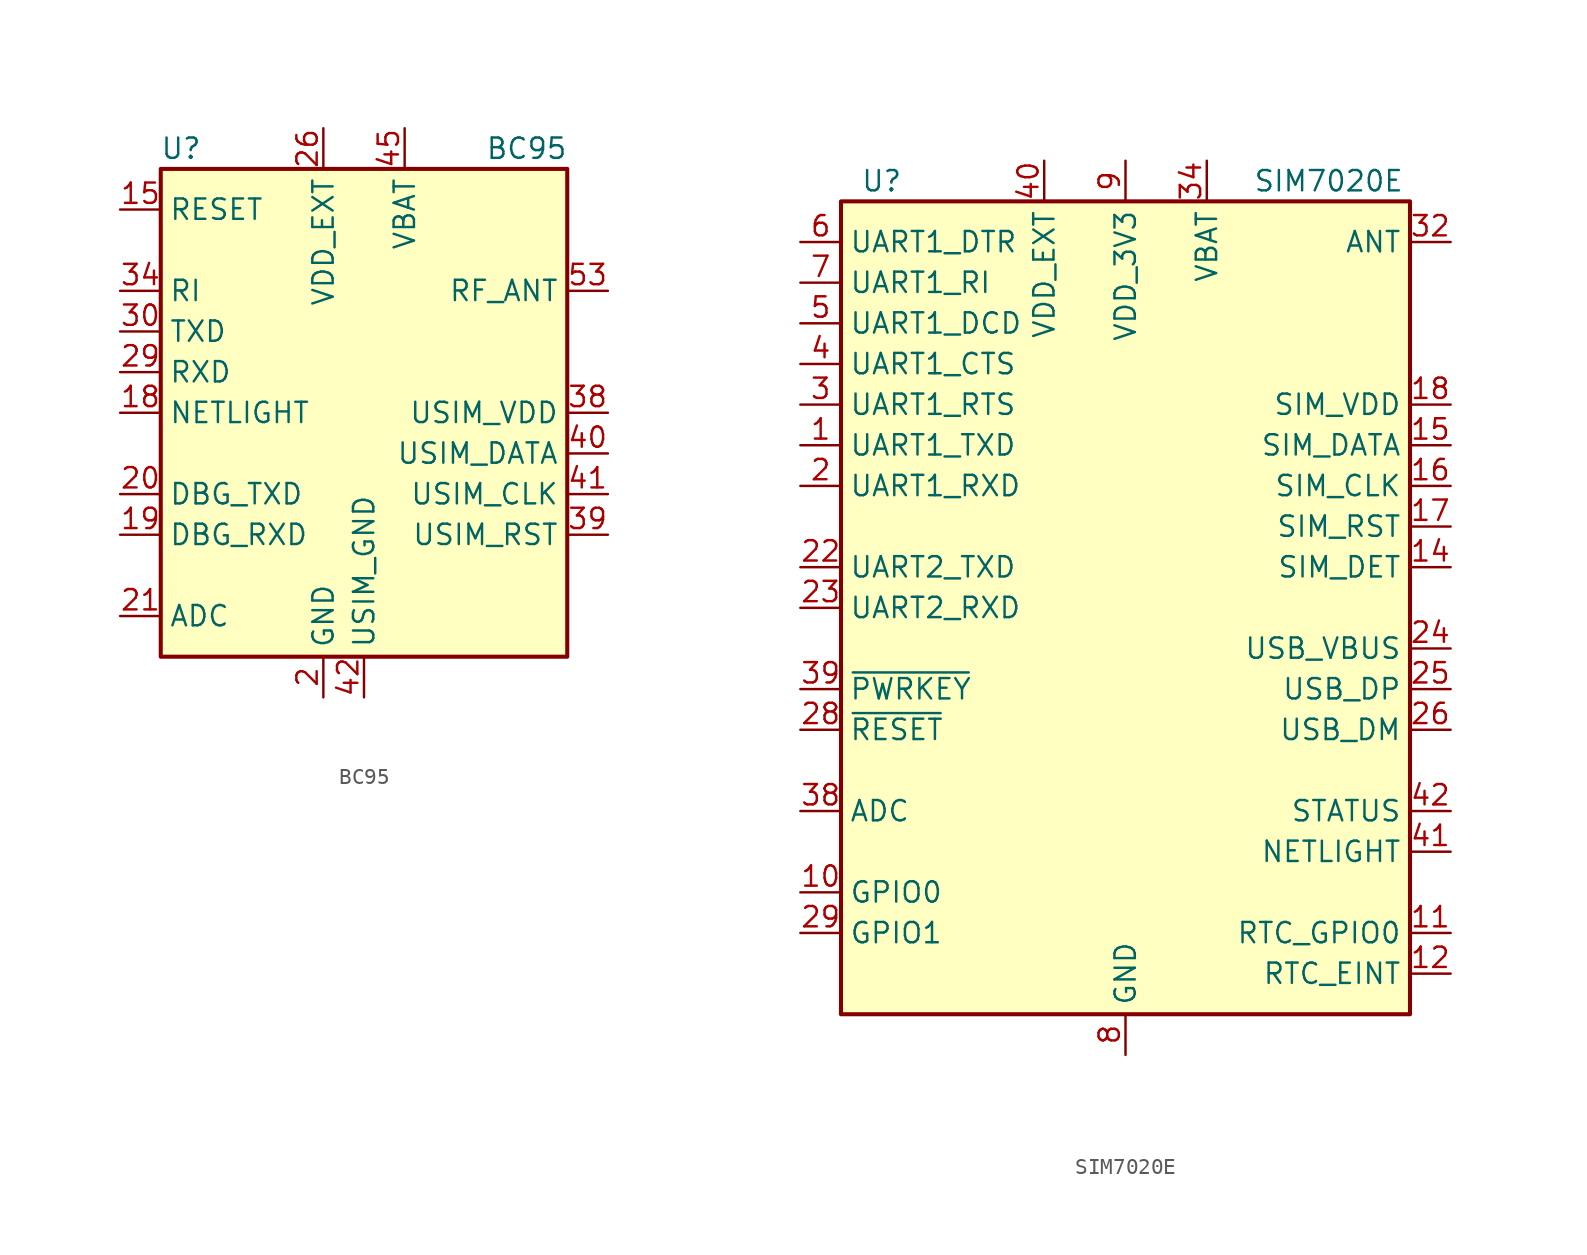
<source format=kicad_sym>
(kicad_symbol_lib
  (version 20201005)
  (generator kicad_symbol_editor)
  (symbol "BC95"
    (property "Reference" "U"
      (at -11.43 16.51 0)
      (effects (font (size 1.27 1.27))))
    (property "Value" "BC95"
      (at 10.16 16.51 0)
      (effects (font (size 1.27 1.27))))
    (symbol "BC95_0_1"
      (rectangle (start -12.7 15.24) (end 12.7 -15.24) (stroke (width 0.254)) (fill (type background))))
    (symbol "BC95_1_1"
      (pin input line (at -15.24 12.7 0) (length 2.54) (name "RESET" (effects (font (size 1.27 1.27)))) (number "15" (effects (font (size 1.27 1.27)))))
      (pin output line (at -15.24 0 0) (length 2.54) (name "NETLIGHT" (effects (font (size 1.27 1.27)))) (number "18" (effects (font (size 1.27 1.27)))))
      (pin input line (at -15.24 -7.62 0) (length 2.54) (name "DBG_RXD" (effects (font (size 1.27 1.27)))) (number "19" (effects (font (size 1.27 1.27)))))
      (pin power_in line (at -2.54 -17.78 90) (length 2.54) (name "GND" (effects (font (size 1.27 1.27)))) (number "2" (effects (font (size 1.27 1.27)))))
      (pin output line (at -15.24 -5.08 0) (length 2.54) (name "DBG_TXD" (effects (font (size 1.27 1.27)))) (number "20" (effects (font (size 1.27 1.27)))))
      (pin input line (at -15.24 -12.7 0) (length 2.54) (name "ADC" (effects (font (size 1.27 1.27)))) (number "21" (effects (font (size 1.27 1.27)))))
      (pin power_out line (at -2.54 17.78 270) (length 2.54) (name "VDD_EXT" (effects (font (size 1.27 1.27)))) (number "26" (effects (font (size 1.27 1.27)))))
      (pin input line (at -15.24 2.54 0) (length 2.54) (name "RXD" (effects (font (size 1.27 1.27)))) (number "29" (effects (font (size 1.27 1.27)))))
      (pin output line (at -15.24 5.08 0) (length 2.54) (name "TXD" (effects (font (size 1.27 1.27)))) (number "30" (effects (font (size 1.27 1.27)))))
      (pin output line (at -15.24 7.62 0) (length 2.54) (name "RI" (effects (font (size 1.27 1.27)))) (number "34" (effects (font (size 1.27 1.27)))))
      (pin power_out line (at 15.24 0 180) (length 2.54) (name "USIM_VDD" (effects (font (size 1.27 1.27)))) (number "38" (effects (font (size 1.27 1.27)))))
      (pin output line (at 15.24 -7.62 180) (length 2.54) (name "USIM_RST" (effects (font (size 1.27 1.27)))) (number "39" (effects (font (size 1.27 1.27)))))
      (pin bidirectional line (at 15.24 -2.54 180) (length 2.54) (name "USIM_DATA" (effects (font (size 1.27 1.27)))) (number "40" (effects (font (size 1.27 1.27)))))
      (pin output line (at 15.24 -5.08 180) (length 2.54) (name "USIM_CLK" (effects (font (size 1.27 1.27)))) (number "41" (effects (font (size 1.27 1.27)))))
      (pin power_in line (at 0 -17.78 90) (length 2.54) (name "USIM_GND" (effects (font (size 1.27 1.27)))) (number "42" (effects (font (size 1.27 1.27)))))
      (pin passive line (at -2.54 -17.78 90) (length 2.54) hide (name "GND" (effects (font (size 1.27 1.27)))) (number "43" (effects (font (size 1.27 1.27)))))
      (pin power_in line (at 2.54 17.78 270) (length 2.54) (name "VBAT" (effects (font (size 1.27 1.27)))) (number "45" (effects (font (size 1.27 1.27)))))
      (pin passive line (at 2.54 17.78 270) (length 2.54) hide (name "VBAT" (effects (font (size 1.27 1.27)))) (number "46" (effects (font (size 1.27 1.27)))))
      (pin passive line (at -2.54 -17.78 90) (length 2.54) hide (name "GND" (effects (font (size 1.27 1.27)))) (number "47" (effects (font (size 1.27 1.27)))))
      (pin passive line (at -2.54 -17.78 90) (length 2.54) hide (name "GND" (effects (font (size 1.27 1.27)))) (number "48" (effects (font (size 1.27 1.27)))))
      (pin passive line (at -2.54 -17.78 90) (length 2.54) hide (name "GND" (effects (font (size 1.27 1.27)))) (number "51" (effects (font (size 1.27 1.27)))))
      (pin passive line (at -2.54 -17.78 90) (length 2.54) hide (name "GND" (effects (font (size 1.27 1.27)))) (number "52" (effects (font (size 1.27 1.27)))))
      (pin passive line (at 15.24 7.62 180) (length 2.54) (name "RF_ANT" (effects (font (size 1.27 1.27)))) (number "53" (effects (font (size 1.27 1.27)))))
      (pin passive line (at -2.54 -17.78 90) (length 2.54) hide (name "GND" (effects (font (size 1.27 1.27)))) (number "54" (effects (font (size 1.27 1.27)))))
      (pin passive line (at -2.54 -17.78 90) (length 2.54) hide (name "GND" (effects (font (size 1.27 1.27)))) (number "59" (effects (font (size 1.27 1.27)))))
      (pin passive line (at -2.54 -17.78 90) (length 2.54) hide (name "GND" (effects (font (size 1.27 1.27)))) (number "60" (effects (font (size 1.27 1.27)))))
      (pin passive line (at -2.54 -17.78 90) (length 2.54) hide (name "GND" (effects (font (size 1.27 1.27)))) (number "61" (effects (font (size 1.27 1.27)))))
      (pin passive line (at -2.54 -17.78 90) (length 2.54) hide (name "GND" (effects (font (size 1.27 1.27)))) (number "62" (effects (font (size 1.27 1.27)))))
      (pin passive line (at -2.54 -17.78 90) (length 2.54) hide (name "GND" (effects (font (size 1.27 1.27)))) (number "63" (effects (font (size 1.27 1.27)))))
      (pin passive line (at -2.54 -17.78 90) (length 2.54) hide (name "GND" (effects (font (size 1.27 1.27)))) (number "64" (effects (font (size 1.27 1.27)))))
      (pin passive line (at -2.54 -17.78 90) (length 2.54) hide (name "GND" (effects (font (size 1.27 1.27)))) (number "65" (effects (font (size 1.27 1.27)))))
      (pin passive line (at -2.54 -17.78 90) (length 2.54) hide (name "GND" (effects (font (size 1.27 1.27)))) (number "66" (effects (font (size 1.27 1.27)))))
      (pin passive line (at -2.54 -17.78 90) (length 2.54) hide (name "GND" (effects (font (size 1.27 1.27)))) (number "71" (effects (font (size 1.27 1.27)))))
      (pin passive line (at -2.54 -17.78 90) (length 2.54) hide (name "GND" (effects (font (size 1.27 1.27)))) (number "72" (effects (font (size 1.27 1.27)))))
      (pin passive line (at -2.54 -17.78 90) (length 2.54) hide (name "GND" (effects (font (size 1.27 1.27)))) (number "73" (effects (font (size 1.27 1.27)))))
      (pin passive line (at -2.54 -17.78 90) (length 2.54) hide (name "GND" (effects (font (size 1.27 1.27)))) (number "74" (effects (font (size 1.27 1.27)))))
      (pin passive line (at -2.54 -17.78 90) (length 2.54) hide (name "GND" (effects (font (size 1.27 1.27)))) (number "81" (effects (font (size 1.27 1.27)))))
      (pin passive line (at -2.54 -17.78 90) (length 2.54) hide (name "GND" (effects (font (size 1.27 1.27)))) (number "82" (effects (font (size 1.27 1.27)))))
      (pin passive line (at -2.54 -17.78 90) (length 2.54) hide (name "GND" (effects (font (size 1.27 1.27)))) (number "83" (effects (font (size 1.27 1.27)))))
      (pin passive line (at -2.54 -17.78 90) (length 2.54) hide (name "GND" (effects (font (size 1.27 1.27)))) (number "92" (effects (font (size 1.27 1.27)))))
      (pin passive line (at -2.54 -17.78 90) (length 2.54) hide (name "GND" (effects (font (size 1.27 1.27)))) (number "93" (effects (font (size 1.27 1.27)))))
      (pin passive line (at -2.54 -17.78 90) (length 2.54) hide (name "GND" (effects (font (size 1.27 1.27)))) (number "94" (effects (font (size 1.27 1.27)))))))
  (symbol "SIM7020E"
    (property "Reference" "U"
      (at -15.24 26.67 0)
      (effects (font (size 1.27 1.27))))
    (property "Value" "SIM7020E"
      (at 12.7 26.67 0)
      (effects (font (size 1.27 1.27))))
    (symbol "SIM7020E_0_1"
      (rectangle (start -17.78 25.4) (end 17.78 -25.4) (stroke (width 0.254)) (fill (type background))))
    (symbol "SIM7020E_1_1"
      (pin output line (at -20.32 10.16 0) (length 2.54) (name "UART1_TXD" (effects (font (size 1.27 1.27)))) (number "1" (effects (font (size 1.27 1.27)))))
      (pin bidirectional line (at -20.32 -17.78 0) (length 2.54) (name "GPIO0" (effects (font (size 1.27 1.27)))) (number "10" (effects (font (size 1.27 1.27)))))
      (pin output line (at 20.32 -20.32 180) (length 2.54) (name "RTC_GPIO0" (effects (font (size 1.27 1.27)))) (number "11" (effects (font (size 1.27 1.27)))))
      (pin input line (at 20.32 -22.86 180) (length 2.54) (name "RTC_EINT" (effects (font (size 1.27 1.27)))) (number "12" (effects (font (size 1.27 1.27)))))
      (pin passive line (at 0 -27.94 90) (length 2.54) hide (name "GND" (effects (font (size 1.27 1.27)))) (number "13" (effects (font (size 1.27 1.27)))))
      (pin input line (at 20.32 2.54 180) (length 2.54) (name "SIM_DET" (effects (font (size 1.27 1.27)))) (number "14" (effects (font (size 1.27 1.27)))))
      (pin bidirectional line (at 20.32 10.16 180) (length 2.54) (name "SIM_DATA" (effects (font (size 1.27 1.27)))) (number "15" (effects (font (size 1.27 1.27)))))
      (pin output line (at 20.32 7.62 180) (length 2.54) (name "SIM_CLK" (effects (font (size 1.27 1.27)))) (number "16" (effects (font (size 1.27 1.27)))))
      (pin output line (at 20.32 5.08 180) (length 2.54) (name "SIM_RST" (effects (font (size 1.27 1.27)))) (number "17" (effects (font (size 1.27 1.27)))))
      (pin power_out line (at 20.32 12.7 180) (length 2.54) (name "SIM_VDD" (effects (font (size 1.27 1.27)))) (number "18" (effects (font (size 1.27 1.27)))))
      (pin passive line (at 0 -27.94 90) (length 2.54) hide (name "GND" (effects (font (size 1.27 1.27)))) (number "19" (effects (font (size 1.27 1.27)))))
      (pin input line (at -20.32 7.62 0) (length 2.54) (name "UART1_RXD" (effects (font (size 1.27 1.27)))) (number "2" (effects (font (size 1.27 1.27)))))
      (pin no_connect line (at 17.78 17.78 180) (length 2.54) hide (name "NC" (effects (font (size 1.27 1.27)))) (number "20" (effects (font (size 1.27 1.27)))))
      (pin passive line (at 0 -27.94 90) (length 2.54) hide (name "GND" (effects (font (size 1.27 1.27)))) (number "21" (effects (font (size 1.27 1.27)))))
      (pin output line (at -20.32 2.54 0) (length 2.54) (name "UART2_TXD" (effects (font (size 1.27 1.27)))) (number "22" (effects (font (size 1.27 1.27)))))
      (pin input line (at -20.32 0 0) (length 2.54) (name "UART2_RXD" (effects (font (size 1.27 1.27)))) (number "23" (effects (font (size 1.27 1.27)))))
      (pin input line (at 20.32 -2.54 180) (length 2.54) (name "USB_VBUS" (effects (font (size 1.27 1.27)))) (number "24" (effects (font (size 1.27 1.27)))))
      (pin bidirectional line (at 20.32 -5.08 180) (length 2.54) (name "USB_DP" (effects (font (size 1.27 1.27)))) (number "25" (effects (font (size 1.27 1.27)))))
      (pin bidirectional line (at 20.32 -7.62 180) (length 2.54) (name "USB_DM" (effects (font (size 1.27 1.27)))) (number "26" (effects (font (size 1.27 1.27)))))
      (pin passive line (at 0 -27.94 90) (length 2.54) hide (name "GND" (effects (font (size 1.27 1.27)))) (number "27" (effects (font (size 1.27 1.27)))))
      (pin input line (at -20.32 -7.62 0) (length 2.54) (name "~RESET" (effects (font (size 1.27 1.27)))) (number "28" (effects (font (size 1.27 1.27)))))
      (pin bidirectional line (at -20.32 -20.32 0) (length 2.54) (name "GPIO1" (effects (font (size 1.27 1.27)))) (number "29" (effects (font (size 1.27 1.27)))))
      (pin input line (at -20.32 12.7 0) (length 2.54) (name "UART1_RTS" (effects (font (size 1.27 1.27)))) (number "3" (effects (font (size 1.27 1.27)))))
      (pin passive line (at 0 -27.94 90) (length 2.54) hide (name "GND" (effects (font (size 1.27 1.27)))) (number "30" (effects (font (size 1.27 1.27)))))
      (pin passive line (at 0 -27.94 90) (length 2.54) hide (name "GND" (effects (font (size 1.27 1.27)))) (number "31" (effects (font (size 1.27 1.27)))))
      (pin passive line (at 20.32 22.86 180) (length 2.54) (name "ANT" (effects (font (size 1.27 1.27)))) (number "32" (effects (font (size 1.27 1.27)))))
      (pin passive line (at 0 -27.94 90) (length 2.54) hide (name "GND" (effects (font (size 1.27 1.27)))) (number "33" (effects (font (size 1.27 1.27)))))
      (pin power_in line (at 5.08 27.94 270) (length 2.54) (name "VBAT" (effects (font (size 1.27 1.27)))) (number "34" (effects (font (size 1.27 1.27)))))
      (pin passive line (at 5.08 27.94 270) (length 2.54) hide (name "VBAT" (effects (font (size 1.27 1.27)))) (number "35" (effects (font (size 1.27 1.27)))))
      (pin passive line (at 0 -27.94 90) (length 2.54) hide (name "GND" (effects (font (size 1.27 1.27)))) (number "36" (effects (font (size 1.27 1.27)))))
      (pin passive line (at 0 -27.94 90) (length 2.54) hide (name "GND" (effects (font (size 1.27 1.27)))) (number "37" (effects (font (size 1.27 1.27)))))
      (pin input line (at -20.32 -12.7 0) (length 2.54) (name "ADC" (effects (font (size 1.27 1.27)))) (number "38" (effects (font (size 1.27 1.27)))))
      (pin input line (at -20.32 -5.08 0) (length 2.54) (name "~PWRKEY" (effects (font (size 1.27 1.27)))) (number "39" (effects (font (size 1.27 1.27)))))
      (pin output line (at -20.32 15.24 0) (length 2.54) (name "UART1_CTS" (effects (font (size 1.27 1.27)))) (number "4" (effects (font (size 1.27 1.27)))))
      (pin power_out line (at -5.08 27.94 270) (length 2.54) (name "VDD_EXT" (effects (font (size 1.27 1.27)))) (number "40" (effects (font (size 1.27 1.27)))))
      (pin output line (at 20.32 -15.24 180) (length 2.54) (name "NETLIGHT" (effects (font (size 1.27 1.27)))) (number "41" (effects (font (size 1.27 1.27)))))
      (pin output line (at 20.32 -12.7 180) (length 2.54) (name "STATUS" (effects (font (size 1.27 1.27)))) (number "42" (effects (font (size 1.27 1.27)))))
      (pin output line (at -20.32 17.78 0) (length 2.54) (name "UART1_DCD" (effects (font (size 1.27 1.27)))) (number "5" (effects (font (size 1.27 1.27)))))
      (pin input line (at -20.32 22.86 0) (length 2.54) (name "UART1_DTR" (effects (font (size 1.27 1.27)))) (number "6" (effects (font (size 1.27 1.27)))))
      (pin output line (at -20.32 20.32 0) (length 2.54) (name "UART1_RI" (effects (font (size 1.27 1.27)))) (number "7" (effects (font (size 1.27 1.27)))))
      (pin power_in line (at 0 -27.94 90) (length 2.54) (name "GND" (effects (font (size 1.27 1.27)))) (number "8" (effects (font (size 1.27 1.27)))))
      (pin power_out line (at 0 27.94 270) (length 2.54) (name "VDD_3V3" (effects (font (size 1.27 1.27)))) (number "9" (effects (font (size 1.27 1.27))))))))
</source>
